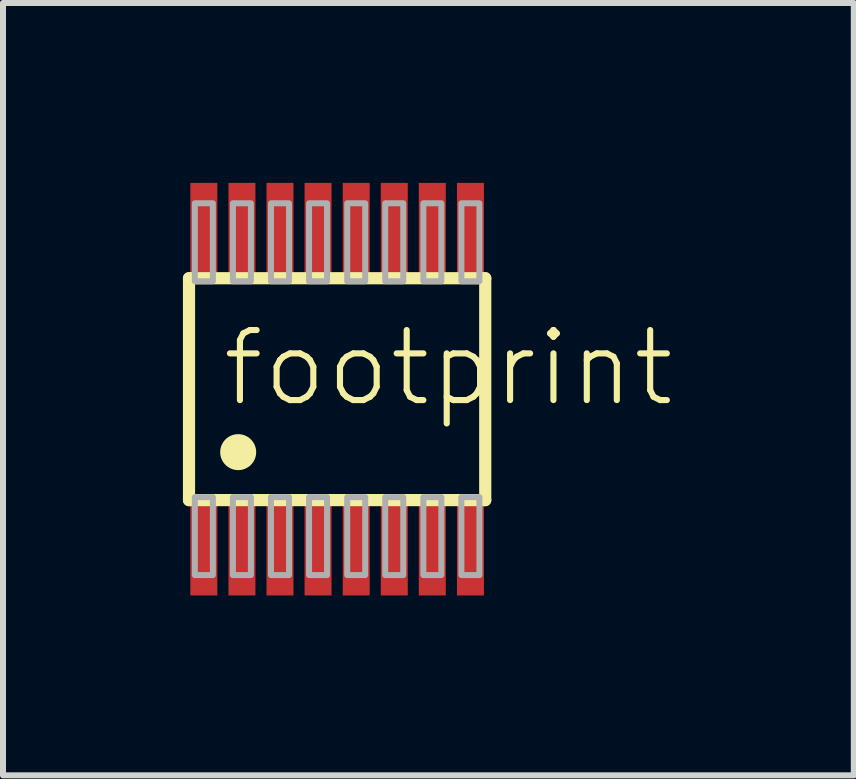
<source format=kicad_pcb>
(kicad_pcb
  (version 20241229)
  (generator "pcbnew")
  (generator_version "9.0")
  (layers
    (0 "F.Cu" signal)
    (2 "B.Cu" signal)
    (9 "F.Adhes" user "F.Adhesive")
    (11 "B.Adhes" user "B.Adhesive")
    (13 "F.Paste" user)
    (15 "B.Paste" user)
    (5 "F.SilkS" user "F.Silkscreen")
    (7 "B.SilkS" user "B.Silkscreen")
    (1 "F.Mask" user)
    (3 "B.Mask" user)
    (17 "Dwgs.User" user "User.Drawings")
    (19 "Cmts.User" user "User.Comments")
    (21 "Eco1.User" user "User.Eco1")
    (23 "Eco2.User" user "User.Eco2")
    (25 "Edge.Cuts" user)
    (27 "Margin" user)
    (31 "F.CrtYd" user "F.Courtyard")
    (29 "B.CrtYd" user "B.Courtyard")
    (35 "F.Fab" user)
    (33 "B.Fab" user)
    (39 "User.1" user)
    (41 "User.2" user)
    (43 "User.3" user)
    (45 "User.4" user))
  (footprint "footprint"
    (layer "F.Cu")
    (at 2.572 3.44)
    (property "Reference" "footprint" (at -1.966 0.33 0) (layer "F.SilkS") (effects (font (size 1.168 1.168) (thickness 0.102)) (justify left bottom)))
    (fp_line (start -2.47 1.85) (end -2.47 -1.85) (stroke (width 0.203) (type solid)) (layer "F.SilkS"))
    (fp_line (start -2.47 1.85) (end 2.47 1.85) (stroke (width 0.203) (type solid)) (layer "F.SilkS"))
    (fp_line (start 2.47 -1.85) (end -2.47 -1.85) (stroke (width 0.203) (type solid)) (layer "F.SilkS"))
    (fp_line (start 2.47 -1.85) (end 2.47 1.85) (stroke (width 0.203) (type solid)) (layer "F.SilkS"))
    (fp_circle (center -1.65 1.05) (end -1.5 1.05) (stroke (width 0.3) (type solid)) (fill yes) (layer "F.SilkS"))
    (fp_poly (pts (xy -2.373 -1.8) (xy -2.072 -1.8) (xy -2.072 -3.1) (xy -2.373 -3.1)) (stroke (width 0.1) (type solid)) (fill no) (layer "F.Fab"))
    (fp_poly (pts (xy -2.373 3.1) (xy -2.072 3.1) (xy -2.072 1.8) (xy -2.373 1.8)) (stroke (width 0.1) (type solid)) (fill no) (layer "F.Fab"))
    (fp_poly (pts (xy -1.738 -1.8) (xy -1.438 -1.8) (xy -1.438 -3.1) (xy -1.738 -3.1)) (stroke (width 0.1) (type solid)) (fill no) (layer "F.Fab"))
    (fp_poly (pts (xy -1.738 3.1) (xy -1.438 3.1) (xy -1.438 1.8) (xy -1.738 1.8)) (stroke (width 0.1) (type solid)) (fill no) (layer "F.Fab"))
    (fp_poly (pts (xy -1.103 -1.8) (xy -0.802 -1.8) (xy -0.802 -3.1) (xy -1.103 -3.1)) (stroke (width 0.1) (type solid)) (fill no) (layer "F.Fab"))
    (fp_poly (pts (xy -1.103 3.1) (xy -0.802 3.1) (xy -0.802 1.8) (xy -1.103 1.8)) (stroke (width 0.1) (type solid)) (fill no) (layer "F.Fab"))
    (fp_poly (pts (xy -0.468 -1.8) (xy -0.168 -1.8) (xy -0.168 -3.1) (xy -0.468 -3.1)) (stroke (width 0.1) (type solid)) (fill no) (layer "F.Fab"))
    (fp_poly (pts (xy -0.468 3.1) (xy -0.168 3.1) (xy -0.168 1.8) (xy -0.468 1.8)) (stroke (width 0.1) (type solid)) (fill no) (layer "F.Fab"))
    (fp_poly (pts (xy 0.168 -1.8) (xy 0.468 -1.8) (xy 0.468 -3.1) (xy 0.168 -3.1)) (stroke (width 0.1) (type solid)) (fill no) (layer "F.Fab"))
    (fp_poly (pts (xy 0.168 3.1) (xy 0.468 3.1) (xy 0.468 1.8) (xy 0.168 1.8)) (stroke (width 0.1) (type solid)) (fill no) (layer "F.Fab"))
    (fp_poly (pts (xy 0.802 -1.8) (xy 1.103 -1.8) (xy 1.103 -3.1) (xy 0.802 -3.1)) (stroke (width 0.1) (type solid)) (fill no) (layer "F.Fab"))
    (fp_poly (pts (xy 0.802 3.1) (xy 1.103 3.1) (xy 1.103 1.8) (xy 0.802 1.8)) (stroke (width 0.1) (type solid)) (fill no) (layer "F.Fab"))
    (fp_poly (pts (xy 1.438 -1.8) (xy 1.738 -1.8) (xy 1.738 -3.1) (xy 1.438 -3.1)) (stroke (width 0.1) (type solid)) (fill no) (layer "F.Fab"))
    (fp_poly (pts (xy 1.438 3.1) (xy 1.738 3.1) (xy 1.738 1.8) (xy 1.438 1.8)) (stroke (width 0.1) (type solid)) (fill no) (layer "F.Fab"))
    (fp_poly (pts (xy 2.072 -1.8) (xy 2.373 -1.8) (xy 2.373 -3.1) (xy 2.072 -3.1)) (stroke (width 0.1) (type solid)) (fill no) (layer "F.Fab"))
    (fp_poly (pts (xy 2.072 3.1) (xy 2.373 3.1) (xy 2.373 1.8) (xy 2.072 1.8)) (stroke (width 0.1) (type solid)) (fill no) (layer "F.Fab"))
    (pad "1" smd rect (at -2.223 2.69) (size 0.45 1.5) (layers "F.Cu" "F.Mask" "F.Paste"))
    (pad "2" smd rect (at -1.587 2.69) (size 0.45 1.5) (layers "F.Cu" "F.Mask" "F.Paste"))
    (pad "3" smd rect (at -0.953 2.69) (size 0.45 1.5) (layers "F.Cu" "F.Mask" "F.Paste"))
    (pad "4" smd rect (at -0.318 2.69) (size 0.45 1.5) (layers "F.Cu" "F.Mask" "F.Paste"))
    (pad "5" smd rect (at 0.318 2.69) (size 0.45 1.5) (layers "F.Cu" "F.Mask" "F.Paste"))
    (pad "6" smd rect (at 0.953 2.69) (size 0.45 1.5) (layers "F.Cu" "F.Mask" "F.Paste"))
    (pad "7" smd rect (at 1.587 2.69) (size 0.45 1.5) (layers "F.Cu" "F.Mask" "F.Paste"))
    (pad "8" smd rect (at 2.223 2.69) (size 0.45 1.5) (layers "F.Cu" "F.Mask" "F.Paste"))
    (pad "9" smd rect (at 2.223 -2.69) (size 0.45 1.5) (layers "F.Cu" "F.Mask" "F.Paste"))
    (pad "10" smd rect (at 1.587 -2.69) (size 0.45 1.5) (layers "F.Cu" "F.Mask" "F.Paste"))
    (pad "11" smd rect (at 0.953 -2.69) (size 0.45 1.5) (layers "F.Cu" "F.Mask" "F.Paste"))
    (pad "12" smd rect (at 0.318 -2.69) (size 0.45 1.5) (layers "F.Cu" "F.Mask" "F.Paste"))
    (pad "13" smd rect (at -0.318 -2.69) (size 0.45 1.5) (layers "F.Cu" "F.Mask" "F.Paste"))
    (pad "14" smd rect (at -0.953 -2.69) (size 0.45 1.5) (layers "F.Cu" "F.Mask" "F.Paste"))
    (pad "15" smd rect (at -1.587 -2.69) (size 0.45 1.5) (layers "F.Cu" "F.Mask" "F.Paste"))
    (pad "16" smd rect (at -2.223 -2.69) (size 0.45 1.5) (layers "F.Cu" "F.Mask" "F.Paste")))
  (gr_rect
    (start -3 -3)
    (end 11.188 9.88)
    (stroke (width 0.1) (type default))
    (fill no)
    (layer "Edge.Cuts")))
</source>
